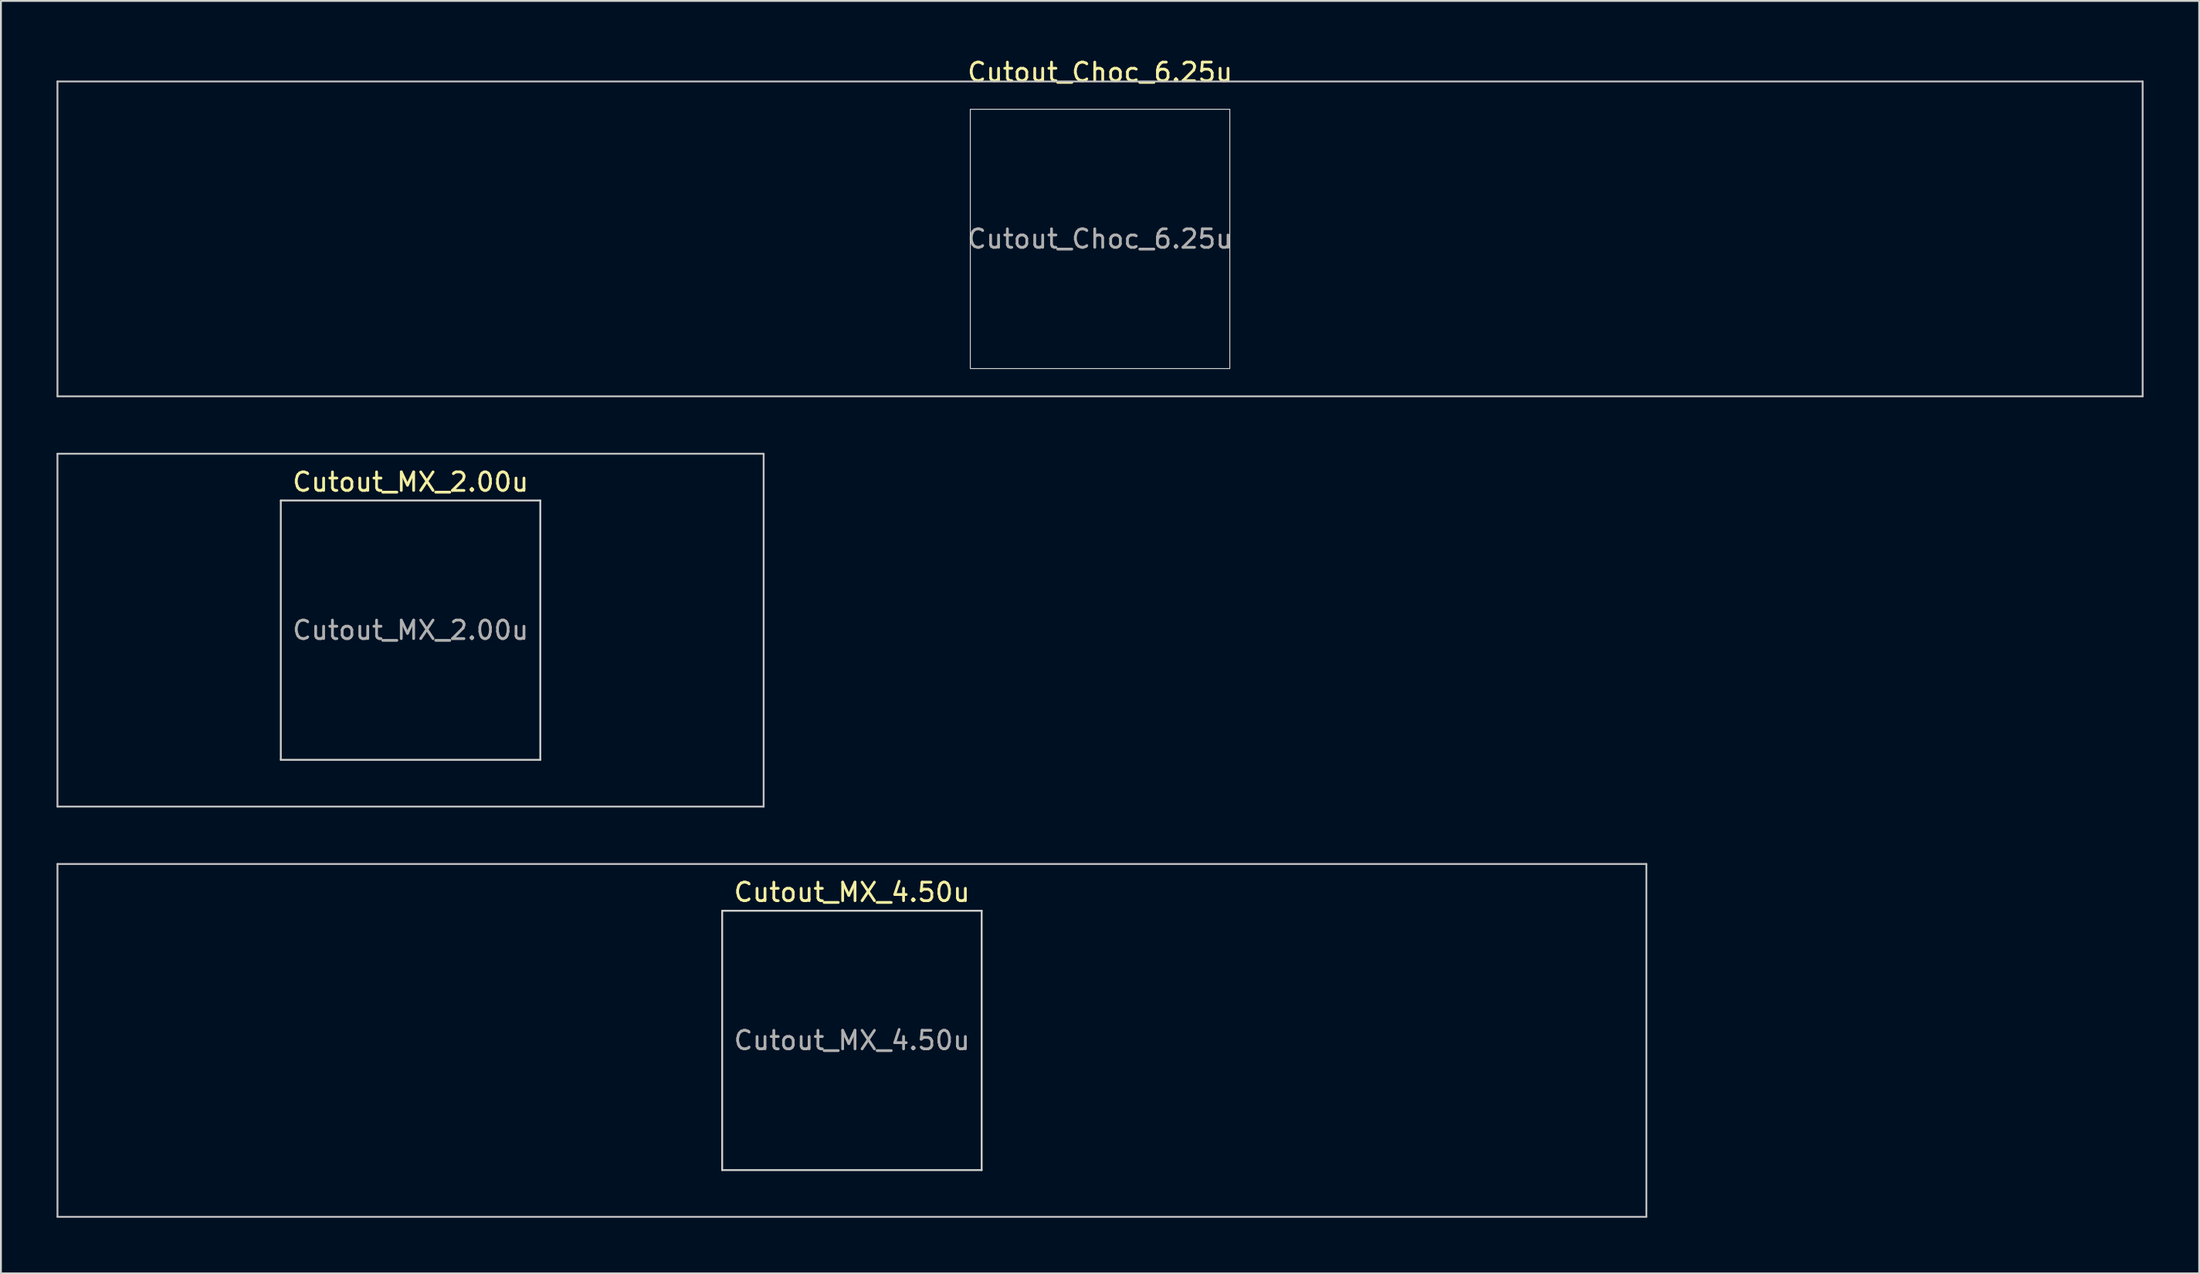
<source format=kicad_pcb>
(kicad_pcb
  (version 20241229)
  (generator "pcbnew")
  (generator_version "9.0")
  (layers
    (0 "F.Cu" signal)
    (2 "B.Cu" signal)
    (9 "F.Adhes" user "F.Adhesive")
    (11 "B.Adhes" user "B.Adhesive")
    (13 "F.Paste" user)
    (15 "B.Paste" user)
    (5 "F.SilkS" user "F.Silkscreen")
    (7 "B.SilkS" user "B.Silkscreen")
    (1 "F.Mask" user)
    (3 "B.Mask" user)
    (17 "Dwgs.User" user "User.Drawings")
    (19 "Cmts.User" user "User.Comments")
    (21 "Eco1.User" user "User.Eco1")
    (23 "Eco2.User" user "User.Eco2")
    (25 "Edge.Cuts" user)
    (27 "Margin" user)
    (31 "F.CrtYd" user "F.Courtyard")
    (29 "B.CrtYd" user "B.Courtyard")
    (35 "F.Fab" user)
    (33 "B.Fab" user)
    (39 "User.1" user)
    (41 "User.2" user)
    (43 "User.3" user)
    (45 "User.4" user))
  (footprint "Cutout_MX_2.00u"
    (layer "F.Cu")
    (at 19.1 30.973)
    (property "Reference" "Cutout_MX_2.00u" (at 0 -8 0) (layer "F.SilkS") (effects (font (size 1 1) (thickness 0.15))))
    (attr through_hole)
    (fp_line (start -19.05 -9.525) (end -19.05 9.525) (stroke (width 0.1) (type solid)) (layer "Dwgs.User"))
    (fp_line (start -19.05 9.525) (end 19.05 9.525) (stroke (width 0.1) (type solid)) (layer "Dwgs.User"))
    (fp_line (start 19.05 -9.525) (end -19.05 -9.525) (stroke (width 0.1) (type solid)) (layer "Dwgs.User"))
    (fp_line (start 19.05 9.525) (end 19.05 -9.525) (stroke (width 0.1) (type solid)) (layer "Dwgs.User"))
    (fp_line (start -7 -7) (end -7 7) (stroke (width 0.1) (type solid)) (layer "Edge.Cuts"))
    (fp_line (start -7 7) (end 7 7) (stroke (width 0.1) (type solid)) (layer "Edge.Cuts"))
    (fp_line (start 7 -7) (end -7 -7) (stroke (width 0.1) (type solid)) (layer "Edge.Cuts"))
    (fp_line (start 7 7) (end 7 -7) (stroke (width 0.1) (type solid)) (layer "Edge.Cuts"))
    (fp_text user "${REFERENCE}" (at 0 0 0) (layer "F.Fab") (effects (font (size 1 1) (thickness 0.15)))))
  (footprint "Cutout_Choc_6.25u"
    (layer "F.Cu")
    (at 56.3 9.848)
    (property "Reference" "Cutout_Choc_6.25u" (at 0 -9 0) (layer "F.SilkS") (effects (font (size 1 1) (thickness 0.15))))
    (attr through_hole)
    (fp_line (start -56.25 -8.5) (end -56.25 8.5) (stroke (width 0.1) (type solid)) (layer "Dwgs.User"))
    (fp_line (start -56.25 8.5) (end 56.25 8.5) (stroke (width 0.1) (type solid)) (layer "Dwgs.User"))
    (fp_line (start 56.25 -8.5) (end -56.25 -8.5) (stroke (width 0.1) (type solid)) (layer "Dwgs.User"))
    (fp_line (start 56.25 8.5) (end 56.25 -8.5) (stroke (width 0.1) (type solid)) (layer "Dwgs.User"))
    (fp_rect (start -7 -7) (end 7 7) (stroke (width 0.05) (type default)) (fill no) (layer "Edge.Cuts"))
    (fp_text user "${REFERENCE}" (at 0 0 0) (layer "F.Fab") (effects (font (size 1 1) (thickness 0.15)))))
  (footprint "Cutout_MX_4.50u"
    (layer "F.Cu")
    (at 42.913 53.123)
    (property "Reference" "Cutout_MX_4.50u" (at 0 -8 0) (layer "F.SilkS") (effects (font (size 1 1) (thickness 0.15))))
    (attr through_hole)
    (fp_line (start -42.862 -9.525) (end -42.862 9.525) (stroke (width 0.1) (type solid)) (layer "Dwgs.User"))
    (fp_line (start -42.862 9.525) (end 42.862 9.525) (stroke (width 0.1) (type solid)) (layer "Dwgs.User"))
    (fp_line (start 42.862 -9.525) (end -42.862 -9.525) (stroke (width 0.1) (type solid)) (layer "Dwgs.User"))
    (fp_line (start 42.862 9.525) (end 42.862 -9.525) (stroke (width 0.1) (type solid)) (layer "Dwgs.User"))
    (fp_line (start -7 -7) (end -7 7) (stroke (width 0.1) (type solid)) (layer "Edge.Cuts"))
    (fp_line (start -7 7) (end 7 7) (stroke (width 0.1) (type solid)) (layer "Edge.Cuts"))
    (fp_line (start 7 -7) (end -7 -7) (stroke (width 0.1) (type solid)) (layer "Edge.Cuts"))
    (fp_line (start 7 7) (end 7 -7) (stroke (width 0.1) (type solid)) (layer "Edge.Cuts"))
    (fp_text user "${REFERENCE}" (at 0 0 0) (layer "F.Fab") (effects (font (size 1 1) (thickness 0.15)))))
  (gr_rect
    (start -3 -3)
    (end 115.6 65.698)
    (stroke (width 0.1) (type default))
    (fill no)
    (layer "Edge.Cuts")))
</source>
